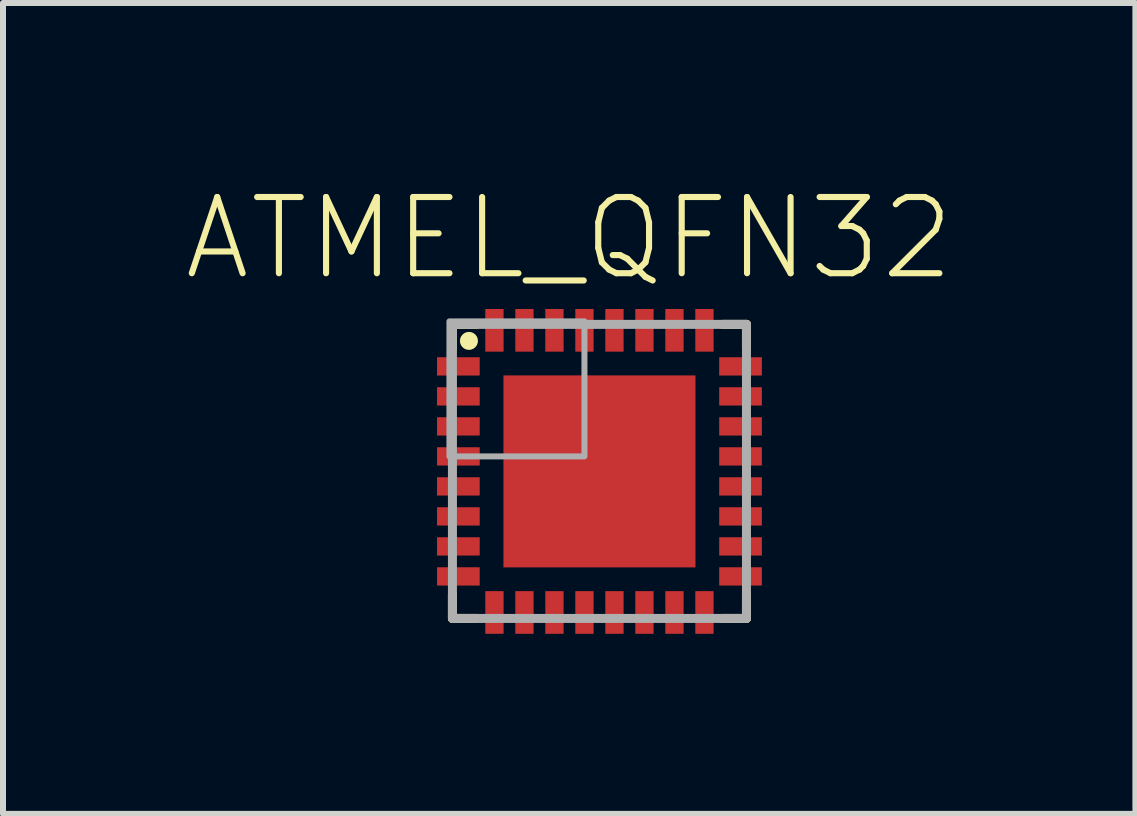
<source format=kicad_pcb>
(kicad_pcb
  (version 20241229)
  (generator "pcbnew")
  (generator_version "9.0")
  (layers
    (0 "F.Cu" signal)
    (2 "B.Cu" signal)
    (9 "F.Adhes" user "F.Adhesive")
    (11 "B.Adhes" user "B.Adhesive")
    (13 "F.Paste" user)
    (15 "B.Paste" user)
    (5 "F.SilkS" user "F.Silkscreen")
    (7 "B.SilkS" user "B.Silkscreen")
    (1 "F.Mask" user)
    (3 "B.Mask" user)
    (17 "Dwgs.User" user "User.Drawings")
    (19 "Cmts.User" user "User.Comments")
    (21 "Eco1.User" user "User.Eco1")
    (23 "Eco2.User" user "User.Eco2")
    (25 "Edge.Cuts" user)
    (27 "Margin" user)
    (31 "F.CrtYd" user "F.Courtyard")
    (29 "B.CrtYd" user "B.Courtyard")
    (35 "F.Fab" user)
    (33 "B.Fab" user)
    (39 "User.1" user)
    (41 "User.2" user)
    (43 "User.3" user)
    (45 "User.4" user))
  (footprint "ATMEL_QFN32"
    (layer "F.Cu")
    (at 6.94 4.806)
    (property "Reference" "ATMEL_QFN32" (at -0.504 -3.885 0) (layer "F.SilkS") (effects (font (size 1.27 1.27) (thickness 0.102))))
    (attr through_hole)
    (fp_poly (pts (xy -2.55 -1.35) (xy -2.05 -1.35) (xy -2.05 -1.15) (xy -2.55 -1.15)) (stroke (width 0.102) (type solid)) (fill yes) (layer "F.Mask"))
    (fp_poly (pts (xy -2.55 -0.85) (xy -2.05 -0.85) (xy -2.05 -0.65) (xy -2.55 -0.65)) (stroke (width 0.102) (type solid)) (fill yes) (layer "F.Mask"))
    (fp_poly (pts (xy -2.55 -0.35) (xy -2.05 -0.35) (xy -2.05 -0.15) (xy -2.55 -0.15)) (stroke (width 0.102) (type solid)) (fill yes) (layer "F.Mask"))
    (fp_poly (pts (xy -2.55 0.15) (xy -2.05 0.15) (xy -2.05 0.35) (xy -2.55 0.35)) (stroke (width 0.102) (type solid)) (fill yes) (layer "F.Mask"))
    (fp_poly (pts (xy -2.55 0.65) (xy -2.05 0.65) (xy -2.05 0.85) (xy -2.55 0.85)) (stroke (width 0.102) (type solid)) (fill yes) (layer "F.Mask"))
    (fp_poly (pts (xy -2.55 1.15) (xy -2.05 1.15) (xy -2.05 1.35) (xy -2.55 1.35)) (stroke (width 0.102) (type solid)) (fill yes) (layer "F.Mask"))
    (fp_poly (pts (xy -1.35 2.55) (xy -1.35 2.05) (xy -1.15 2.05) (xy -1.15 2.55)) (stroke (width 0.102) (type solid)) (fill yes) (layer "F.Mask"))
    (fp_poly (pts (xy -1.15 -2.55) (xy -1.15 -2.05) (xy -1.35 -2.05) (xy -1.35 -2.55)) (stroke (width 0.102) (type solid)) (fill yes) (layer "F.Mask"))
    (fp_poly (pts (xy -0.85 2.55) (xy -0.85 2.05) (xy -0.65 2.05) (xy -0.65 2.55)) (stroke (width 0.102) (type solid)) (fill yes) (layer "F.Mask"))
    (fp_poly (pts (xy -0.65 -2.55) (xy -0.65 -2.05) (xy -0.85 -2.05) (xy -0.85 -2.55)) (stroke (width 0.102) (type solid)) (fill yes) (layer "F.Mask"))
    (fp_poly (pts (xy -0.35 2.55) (xy -0.35 2.05) (xy -0.15 2.05) (xy -0.15 2.55)) (stroke (width 0.102) (type solid)) (fill yes) (layer "F.Mask"))
    (fp_poly (pts (xy -0.15 -2.55) (xy -0.15 -2.05) (xy -0.35 -2.05) (xy -0.35 -2.55)) (stroke (width 0.102) (type solid)) (fill yes) (layer "F.Mask"))
    (fp_poly (pts (xy 0.15 2.55) (xy 0.15 2.05) (xy 0.35 2.05) (xy 0.35 2.55)) (stroke (width 0.102) (type solid)) (fill yes) (layer "F.Mask"))
    (fp_poly (pts (xy 0.35 -2.55) (xy 0.35 -2.05) (xy 0.15 -2.05) (xy 0.15 -2.55)) (stroke (width 0.102) (type solid)) (fill yes) (layer "F.Mask"))
    (fp_poly (pts (xy 0.65 2.55) (xy 0.65 2.05) (xy 0.85 2.05) (xy 0.85 2.55)) (stroke (width 0.102) (type solid)) (fill yes) (layer "F.Mask"))
    (fp_poly (pts (xy 0.85 -2.55) (xy 0.85 -2.05) (xy 0.65 -2.05) (xy 0.65 -2.55)) (stroke (width 0.102) (type solid)) (fill yes) (layer "F.Mask"))
    (fp_poly (pts (xy 1.15 2.55) (xy 1.15 2.05) (xy 1.35 2.05) (xy 1.35 2.55)) (stroke (width 0.102) (type solid)) (fill yes) (layer "F.Mask"))
    (fp_poly (pts (xy 1.35 -2.55) (xy 1.35 -2.05) (xy 1.15 -2.05) (xy 1.15 -2.55)) (stroke (width 0.102) (type solid)) (fill yes) (layer "F.Mask"))
    (fp_poly (pts (xy 2.55 -1.15) (xy 2.05 -1.15) (xy 2.05 -1.35) (xy 2.55 -1.35)) (stroke (width 0.102) (type solid)) (fill yes) (layer "F.Mask"))
    (fp_poly (pts (xy 2.55 -0.65) (xy 2.05 -0.65) (xy 2.05 -0.85) (xy 2.55 -0.85)) (stroke (width 0.102) (type solid)) (fill yes) (layer "F.Mask"))
    (fp_poly (pts (xy 2.55 -0.15) (xy 2.05 -0.15) (xy 2.05 -0.35) (xy 2.55 -0.35)) (stroke (width 0.102) (type solid)) (fill yes) (layer "F.Mask"))
    (fp_poly (pts (xy 2.55 0.35) (xy 2.05 0.35) (xy 2.05 0.15) (xy 2.55 0.15)) (stroke (width 0.102) (type solid)) (fill yes) (layer "F.Mask"))
    (fp_poly (pts (xy 2.55 0.85) (xy 2.05 0.85) (xy 2.05 0.65) (xy 2.55 0.65)) (stroke (width 0.102) (type solid)) (fill yes) (layer "F.Mask"))
    (fp_poly (pts (xy 2.55 1.35) (xy 2.05 1.35) (xy 2.05 1.15) (xy 2.55 1.15)) (stroke (width 0.102) (type solid)) (fill yes) (layer "F.Mask"))
    (fp_poly (pts (xy -2.55 -1.85) (xy -2.1 -1.85) (xy -2.05 -1.8) (xy -2.05 -1.65) (xy -2.55 -1.65)) (stroke (width 0.102) (type solid)) (fill yes) (layer "F.Mask"))
    (fp_poly (pts (xy -2.55 1.85) (xy -2.1 1.85) (xy -2.05 1.8) (xy -2.05 1.65) (xy -2.55 1.65)) (stroke (width 0.102) (type solid)) (fill yes) (layer "F.Mask"))
    (fp_poly (pts (xy -1.85 -2.55) (xy -1.85 -2.1) (xy -1.8 -2.05) (xy -1.65 -2.05) (xy -1.65 -2.55)) (stroke (width 0.102) (type solid)) (fill yes) (layer "F.Mask"))
    (fp_poly (pts (xy -1.85 2.55) (xy -1.85 2.1) (xy -1.8 2.05) (xy -1.65 2.05) (xy -1.65 2.55)) (stroke (width 0.102) (type solid)) (fill yes) (layer "F.Mask"))
    (fp_poly (pts (xy -1.325 -1.175) (xy -1.175 -1.325) (xy 1.325 -1.325) (xy 1.325 1.325) (xy -1.325 1.325)) (stroke (width 0.5) (type solid)) (fill yes) (layer "F.Mask"))
    (fp_poly (pts (xy 1.85 -2.55) (xy 1.85 -2.1) (xy 1.8 -2.05) (xy 1.65 -2.05) (xy 1.65 -2.55)) (stroke (width 0.102) (type solid)) (fill yes) (layer "F.Mask"))
    (fp_poly (pts (xy 1.85 2.55) (xy 1.85 2.1) (xy 1.8 2.05) (xy 1.65 2.05) (xy 1.65 2.55)) (stroke (width 0.102) (type solid)) (fill yes) (layer "F.Mask"))
    (fp_poly (pts (xy 2.55 -1.85) (xy 2.1 -1.85) (xy 2.05 -1.8) (xy 2.05 -1.65) (xy 2.55 -1.65)) (stroke (width 0.102) (type solid)) (fill yes) (layer "F.Mask"))
    (fp_poly (pts (xy 2.55 1.85) (xy 2.1 1.85) (xy 2.05 1.8) (xy 2.05 1.65) (xy 2.55 1.65)) (stroke (width 0.102) (type solid)) (fill yes) (layer "F.Mask"))
    (fp_line (start -2.45 -2.45) (end -2.05 -2.45) (stroke (width 0.15) (type solid)) (layer "F.SilkS"))
    (fp_line (start -2.45 -2.05) (end -2.45 -2.45) (stroke (width 0.15) (type solid)) (layer "F.SilkS"))
    (fp_line (start -2.45 2.45) (end -2.45 2.05) (stroke (width 0.15) (type solid)) (layer "F.SilkS"))
    (fp_line (start -2.05 2.45) (end -2.45 2.45) (stroke (width 0.15) (type solid)) (layer "F.SilkS"))
    (fp_line (start 2.05 -2.45) (end 2.45 -2.45) (stroke (width 0.15) (type solid)) (layer "F.SilkS"))
    (fp_line (start 2.45 -2.45) (end 2.45 -2.05) (stroke (width 0.15) (type solid)) (layer "F.SilkS"))
    (fp_line (start 2.45 2.05) (end 2.45 2.45) (stroke (width 0.15) (type solid)) (layer "F.SilkS"))
    (fp_line (start 2.45 2.45) (end 2.05 2.45) (stroke (width 0.15) (type solid)) (layer "F.SilkS"))
    (fp_poly (pts (xy -2.025 -2.175) (xy -2.03 -2.136) (xy -2.045 -2.1) (xy -2.069 -2.069) (xy -2.1 -2.045) (xy -2.136 -2.03) (xy -2.175 -2.025) (xy -2.214 -2.03) (xy -2.25 -2.045) (xy -2.281 -2.069) (xy -2.305 -2.1) (xy -2.32 -2.136) (xy -2.325 -2.175) (xy -2.32 -2.214) (xy -2.305 -2.25) (xy -2.281 -2.281) (xy -2.25 -2.305) (xy -2.214 -2.32) (xy -2.175 -2.325) (xy -2.136 -2.32) (xy -2.1 -2.305) (xy -2.069 -2.281) (xy -2.045 -2.25) (xy -2.03 -2.214)) (stroke (width 0) (type solid)) (fill yes) (layer "F.SilkS"))
    (fp_poly (pts (xy -2.525 -1.325) (xy -2.075 -1.325) (xy -2.075 -1.175) (xy -2.525 -1.175)) (stroke (width 0.102) (type solid)) (fill yes) (layer "F.Paste"))
    (fp_poly (pts (xy -2.525 -0.825) (xy -2.075 -0.825) (xy -2.075 -0.675) (xy -2.525 -0.675)) (stroke (width 0.102) (type solid)) (fill yes) (layer "F.Paste"))
    (fp_poly (pts (xy -2.525 -0.325) (xy -2.075 -0.325) (xy -2.075 -0.175) (xy -2.525 -0.175)) (stroke (width 0.102) (type solid)) (fill yes) (layer "F.Paste"))
    (fp_poly (pts (xy -2.525 0.175) (xy -2.075 0.175) (xy -2.075 0.325) (xy -2.525 0.325)) (stroke (width 0.102) (type solid)) (fill yes) (layer "F.Paste"))
    (fp_poly (pts (xy -2.525 0.675) (xy -2.075 0.675) (xy -2.075 0.825) (xy -2.525 0.825)) (stroke (width 0.102) (type solid)) (fill yes) (layer "F.Paste"))
    (fp_poly (pts (xy -2.525 1.175) (xy -2.075 1.175) (xy -2.075 1.325) (xy -2.525 1.325)) (stroke (width 0.102) (type solid)) (fill yes) (layer "F.Paste"))
    (fp_poly (pts (xy -1.325 2.525) (xy -1.325 2.075) (xy -1.175 2.075) (xy -1.175 2.525)) (stroke (width 0.102) (type solid)) (fill yes) (layer "F.Paste"))
    (fp_poly (pts (xy -1.3 -0.4) (xy -0.7 -0.4) (xy -0.7 -0.1) (xy -1.3 -0.1)) (stroke (width 0) (type solid)) (fill yes) (layer "F.Paste"))
    (fp_poly (pts (xy -1.3 0.1) (xy -0.7 0.1) (xy -0.7 0.4) (xy -1.3 0.4)) (stroke (width 0) (type solid)) (fill yes) (layer "F.Paste"))
    (fp_poly (pts (xy -1.175 -2.525) (xy -1.175 -2.075) (xy -1.325 -2.075) (xy -1.325 -2.525)) (stroke (width 0.102) (type solid)) (fill yes) (layer "F.Paste"))
    (fp_poly (pts (xy -0.825 2.525) (xy -0.825 2.075) (xy -0.675 2.075) (xy -0.675 2.525)) (stroke (width 0.102) (type solid)) (fill yes) (layer "F.Paste"))
    (fp_poly (pts (xy -0.675 -2.525) (xy -0.675 -2.075) (xy -0.825 -2.075) (xy -0.825 -2.525)) (stroke (width 0.102) (type solid)) (fill yes) (layer "F.Paste"))
    (fp_poly (pts (xy -0.325 2.525) (xy -0.325 2.075) (xy -0.175 2.075) (xy -0.175 2.525)) (stroke (width 0.102) (type solid)) (fill yes) (layer "F.Paste"))
    (fp_poly (pts (xy -0.3 -1.4) (xy 0.3 -1.4) (xy 0.3 -1.1) (xy -0.3 -1.1)) (stroke (width 0) (type solid)) (fill yes) (layer "F.Paste"))
    (fp_poly (pts (xy -0.3 -0.9) (xy 0.3 -0.9) (xy 0.3 -0.6) (xy -0.3 -0.6)) (stroke (width 0) (type solid)) (fill yes) (layer "F.Paste"))
    (fp_poly (pts (xy -0.3 -0.4) (xy 0.3 -0.4) (xy 0.3 -0.1) (xy -0.3 -0.1)) (stroke (width 0) (type solid)) (fill yes) (layer "F.Paste"))
    (fp_poly (pts (xy -0.3 0.1) (xy 0.3 0.1) (xy 0.3 0.4) (xy -0.3 0.4)) (stroke (width 0) (type solid)) (fill yes) (layer "F.Paste"))
    (fp_poly (pts (xy -0.3 0.6) (xy 0.3 0.6) (xy 0.3 0.9) (xy -0.3 0.9)) (stroke (width 0) (type solid)) (fill yes) (layer "F.Paste"))
    (fp_poly (pts (xy -0.3 1.1) (xy 0.3 1.1) (xy 0.3 1.4) (xy -0.3 1.4)) (stroke (width 0) (type solid)) (fill yes) (layer "F.Paste"))
    (fp_poly (pts (xy -0.175 -2.525) (xy -0.175 -2.075) (xy -0.325 -2.075) (xy -0.325 -2.525)) (stroke (width 0.102) (type solid)) (fill yes) (layer "F.Paste"))
    (fp_poly (pts (xy 0.175 2.525) (xy 0.175 2.075) (xy 0.325 2.075) (xy 0.325 2.525)) (stroke (width 0.102) (type solid)) (fill yes) (layer "F.Paste"))
    (fp_poly (pts (xy 0.325 -2.525) (xy 0.325 -2.075) (xy 0.175 -2.075) (xy 0.175 -2.525)) (stroke (width 0.102) (type solid)) (fill yes) (layer "F.Paste"))
    (fp_poly (pts (xy 0.675 2.525) (xy 0.675 2.075) (xy 0.825 2.075) (xy 0.825 2.525)) (stroke (width 0.102) (type solid)) (fill yes) (layer "F.Paste"))
    (fp_poly (pts (xy 0.7 -0.4) (xy 1.3 -0.4) (xy 1.3 -0.1) (xy 0.7 -0.1)) (stroke (width 0) (type solid)) (fill yes) (layer "F.Paste"))
    (fp_poly (pts (xy 0.7 0.1) (xy 1.3 0.1) (xy 1.3 0.4) (xy 0.7 0.4)) (stroke (width 0) (type solid)) (fill yes) (layer "F.Paste"))
    (fp_poly (pts (xy 0.825 -2.525) (xy 0.825 -2.075) (xy 0.675 -2.075) (xy 0.675 -2.525)) (stroke (width 0.102) (type solid)) (fill yes) (layer "F.Paste"))
    (fp_poly (pts (xy 1.175 2.525) (xy 1.175 2.075) (xy 1.325 2.075) (xy 1.325 2.525)) (stroke (width 0.102) (type solid)) (fill yes) (layer "F.Paste"))
    (fp_poly (pts (xy 1.325 -2.525) (xy 1.325 -2.075) (xy 1.175 -2.075) (xy 1.175 -2.525)) (stroke (width 0.102) (type solid)) (fill yes) (layer "F.Paste"))
    (fp_poly (pts (xy 2.525 -1.175) (xy 2.075 -1.175) (xy 2.075 -1.325) (xy 2.525 -1.325)) (stroke (width 0.102) (type solid)) (fill yes) (layer "F.Paste"))
    (fp_poly (pts (xy 2.525 -0.675) (xy 2.075 -0.675) (xy 2.075 -0.825) (xy 2.525 -0.825)) (stroke (width 0.102) (type solid)) (fill yes) (layer "F.Paste"))
    (fp_poly (pts (xy 2.525 -0.175) (xy 2.075 -0.175) (xy 2.075 -0.325) (xy 2.525 -0.325)) (stroke (width 0.102) (type solid)) (fill yes) (layer "F.Paste"))
    (fp_poly (pts (xy 2.525 0.325) (xy 2.075 0.325) (xy 2.075 0.175) (xy 2.525 0.175)) (stroke (width 0.102) (type solid)) (fill yes) (layer "F.Paste"))
    (fp_poly (pts (xy 2.525 0.825) (xy 2.075 0.825) (xy 2.075 0.675) (xy 2.525 0.675)) (stroke (width 0.102) (type solid)) (fill yes) (layer "F.Paste"))
    (fp_poly (pts (xy 2.525 1.325) (xy 2.075 1.325) (xy 2.075 1.175) (xy 2.525 1.175)) (stroke (width 0.102) (type solid)) (fill yes) (layer "F.Paste"))
    (fp_poly (pts (xy -2.525 -1.825) (xy -2.125 -1.825) (xy -2.075 -1.775) (xy -2.075 -1.675) (xy -2.525 -1.675)) (stroke (width 0.102) (type solid)) (fill yes) (layer "F.Paste"))
    (fp_poly (pts (xy -2.525 1.825) (xy -2.125 1.825) (xy -2.075 1.775) (xy -2.075 1.675) (xy -2.525 1.675)) (stroke (width 0.102) (type solid)) (fill yes) (layer "F.Paste"))
    (fp_poly (pts (xy -1.825 -2.525) (xy -1.825 -2.125) (xy -1.775 -2.075) (xy -1.675 -2.075) (xy -1.675 -2.525)) (stroke (width 0.102) (type solid)) (fill yes) (layer "F.Paste"))
    (fp_poly (pts (xy -1.825 2.525) (xy -1.825 2.125) (xy -1.775 2.075) (xy -1.675 2.075) (xy -1.675 2.525)) (stroke (width 0.102) (type solid)) (fill yes) (layer "F.Paste"))
    (fp_poly (pts (xy 1.825 -2.525) (xy 1.825 -2.125) (xy 1.775 -2.075) (xy 1.675 -2.075) (xy 1.675 -2.525)) (stroke (width 0.102) (type solid)) (fill yes) (layer "F.Paste"))
    (fp_poly (pts (xy 1.825 2.525) (xy 1.825 2.125) (xy 1.775 2.075) (xy 1.675 2.075) (xy 1.675 2.525)) (stroke (width 0.102) (type solid)) (fill yes) (layer "F.Paste"))
    (fp_poly (pts (xy 2.525 -1.825) (xy 2.125 -1.825) (xy 2.075 -1.775) (xy 2.075 -1.675) (xy 2.525 -1.675)) (stroke (width 0.102) (type solid)) (fill yes) (layer "F.Paste"))
    (fp_poly (pts (xy 2.525 1.825) (xy 2.125 1.825) (xy 2.075 1.775) (xy 2.075 1.675) (xy 2.525 1.675)) (stroke (width 0.102) (type solid)) (fill yes) (layer "F.Paste"))
    (fp_line (start -2.45 -2.45) (end 2.45 -2.45) (stroke (width 0.15) (type solid)) (layer "F.Fab"))
    (fp_line (start -2.45 2.45) (end -2.45 -2.45) (stroke (width 0.15) (type solid)) (layer "F.Fab"))
    (fp_line (start 2.45 -2.45) (end 2.45 2.45) (stroke (width 0.15) (type solid)) (layer "F.Fab"))
    (fp_line (start 2.45 2.45) (end -2.45 2.45) (stroke (width 0.15) (type solid)) (layer "F.Fab"))
    (fp_poly (pts (xy -2.5 -2.5) (xy -0.25 -2.5) (xy -0.25 -0.25) (xy -2.5 -0.25)) (stroke (width 0.1) (type solid)) (fill no) (layer "F.Fab"))
    (pad "1" smd rect (at -2.351 -1.75) (size 0.711 0.305) (layers "F.Cu"))
    (pad "2" smd rect (at -2.351 -1.25) (size 0.711 0.305) (layers "F.Cu"))
    (pad "3" smd rect (at -2.351 -0.75) (size 0.711 0.305) (layers "F.Cu"))
    (pad "4" smd rect (at -2.351 -0.25) (size 0.711 0.305) (layers "F.Cu"))
    (pad "5" smd rect (at -2.351 0.25) (size 0.711 0.305) (layers "F.Cu"))
    (pad "6" smd rect (at -2.351 0.75) (size 0.711 0.305) (layers "F.Cu"))
    (pad "7" smd rect (at -2.351 1.25) (size 0.711 0.305) (layers "F.Cu"))
    (pad "8" smd rect (at -2.351 1.75) (size 0.711 0.305) (layers "F.Cu"))
    (pad "9" smd rect (at -1.75 2.351) (size 0.305 0.711) (layers "F.Cu"))
    (pad "10" smd rect (at -1.25 2.351) (size 0.305 0.711) (layers "F.Cu"))
    (pad "11" smd rect (at -0.75 2.351) (size 0.305 0.711) (layers "F.Cu"))
    (pad "12" smd rect (at -0.25 2.351) (size 0.305 0.711) (layers "F.Cu"))
    (pad "13" smd rect (at 0.25 2.351) (size 0.305 0.711) (layers "F.Cu"))
    (pad "14" smd rect (at 0.75 2.351) (size 0.305 0.711) (layers "F.Cu"))
    (pad "15" smd rect (at 1.25 2.351) (size 0.305 0.711) (layers "F.Cu"))
    (pad "16" smd rect (at 1.75 2.351) (size 0.305 0.711) (layers "F.Cu"))
    (pad "17" smd rect (at 2.351 1.75) (size 0.711 0.305) (layers "F.Cu"))
    (pad "18" smd rect (at 2.351 1.25) (size 0.711 0.305) (layers "F.Cu"))
    (pad "19" smd rect (at 2.351 0.75) (size 0.711 0.305) (layers "F.Cu"))
    (pad "20" smd rect (at 2.351 0.25) (size 0.711 0.305) (layers "F.Cu"))
    (pad "21" smd rect (at 2.351 -0.25) (size 0.711 0.305) (layers "F.Cu"))
    (pad "22" smd rect (at 2.351 -0.75) (size 0.711 0.305) (layers "F.Cu"))
    (pad "23" smd rect (at 2.351 -1.25) (size 0.711 0.305) (layers "F.Cu"))
    (pad "24" smd rect (at 2.351 -1.75) (size 0.711 0.305) (layers "F.Cu"))
    (pad "25" smd rect (at 1.75 -2.351) (size 0.305 0.711) (layers "F.Cu"))
    (pad "26" smd rect (at 1.25 -2.351) (size 0.305 0.711) (layers "F.Cu"))
    (pad "27" smd rect (at 0.75 -2.351) (size 0.305 0.711) (layers "F.Cu"))
    (pad "28" smd rect (at 0.25 -2.351) (size 0.305 0.711) (layers "F.Cu"))
    (pad "29" smd rect (at -0.25 -2.351) (size 0.305 0.711) (layers "F.Cu"))
    (pad "30" smd rect (at -0.75 -2.351) (size 0.305 0.711) (layers "F.Cu"))
    (pad "31" smd rect (at -1.25 -2.351) (size 0.305 0.711) (layers "F.Cu"))
    (pad "32" smd rect (at -1.75 -2.351) (size 0.305 0.711) (layers "F.Cu"))
    (pad "EXP" smd rect (at 0 0) (size 3.2 3.2) (layers "F.Cu")))
  (gr_rect
    (start -3 -3)
    (end 15.872 10.513)
    (stroke (width 0.1) (type default))
    (fill no)
    (layer "Edge.Cuts")))
</source>
